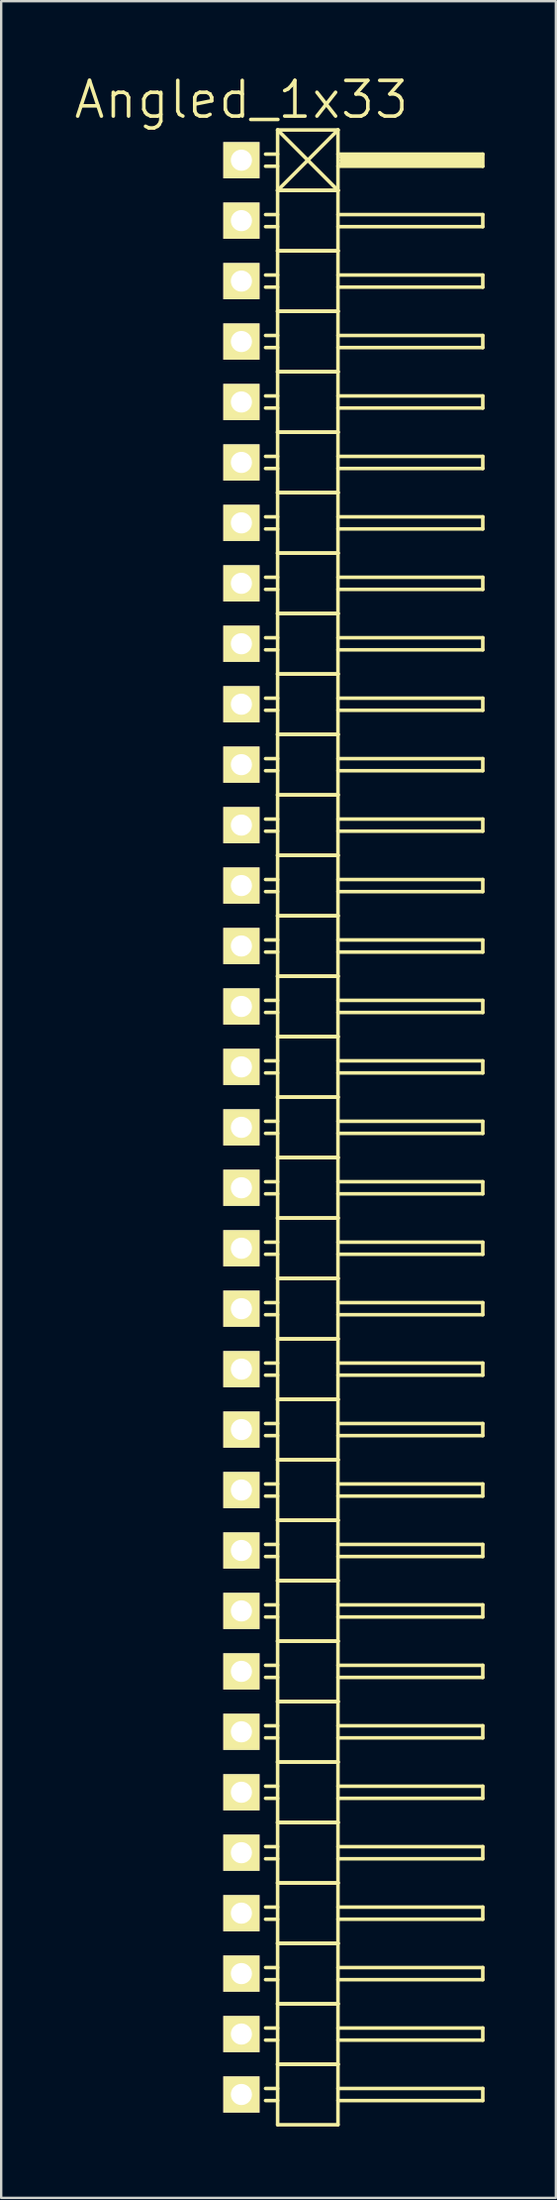
<source format=kicad_pcb>
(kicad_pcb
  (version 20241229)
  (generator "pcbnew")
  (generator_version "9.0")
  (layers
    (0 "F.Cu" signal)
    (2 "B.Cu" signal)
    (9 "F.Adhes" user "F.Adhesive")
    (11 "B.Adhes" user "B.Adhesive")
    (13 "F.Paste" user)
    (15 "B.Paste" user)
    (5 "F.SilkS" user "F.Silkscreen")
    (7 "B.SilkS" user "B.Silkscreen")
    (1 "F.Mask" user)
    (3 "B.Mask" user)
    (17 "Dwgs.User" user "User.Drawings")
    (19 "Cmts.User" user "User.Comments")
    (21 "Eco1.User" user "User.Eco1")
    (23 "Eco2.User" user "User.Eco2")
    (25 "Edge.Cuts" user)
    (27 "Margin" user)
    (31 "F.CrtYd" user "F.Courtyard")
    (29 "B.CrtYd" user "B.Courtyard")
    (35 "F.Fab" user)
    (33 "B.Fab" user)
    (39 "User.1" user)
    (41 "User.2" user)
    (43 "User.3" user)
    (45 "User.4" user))
  (footprint "Angled_1x33"
    (layer "F.Cu")
    (at 7.111 44.321)
    (property "Reference" "Angled_1x33" (at 0 -43.18 0) (layer "F.SilkS") (effects (font (size 1.5 1.5) (thickness 0.15))))
    (attr through_hole)
    (fp_line (start 1.524 -41.91) (end 1.524 -39.37) (stroke (width 0.15) (type solid)) (layer "F.SilkS"))
    (fp_line (start 1.524 -41.91) (end 4.064 -41.91) (stroke (width 0.15) (type solid)) (layer "F.SilkS"))
    (fp_line (start 1.524 -40.894) (end 1.016 -40.894) (stroke (width 0.15) (type solid)) (layer "F.SilkS"))
    (fp_line (start 1.524 -40.386) (end 1.016 -40.386) (stroke (width 0.15) (type solid)) (layer "F.SilkS"))
    (fp_line (start 1.524 -39.37) (end 1.524 -36.83) (stroke (width 0.15) (type solid)) (layer "F.SilkS"))
    (fp_line (start 1.524 -39.37) (end 4.064 -39.37) (stroke (width 0.15) (type solid)) (layer "F.SilkS"))
    (fp_line (start 1.524 -39.37) (end 4.064 -39.37) (stroke (width 0.15) (type solid)) (layer "F.SilkS"))
    (fp_line (start 1.524 -38.354) (end 1.016 -38.354) (stroke (width 0.15) (type solid)) (layer "F.SilkS"))
    (fp_line (start 1.524 -37.846) (end 1.016 -37.846) (stroke (width 0.15) (type solid)) (layer "F.SilkS"))
    (fp_line (start 1.524 -36.83) (end 1.524 -34.29) (stroke (width 0.15) (type solid)) (layer "F.SilkS"))
    (fp_line (start 1.524 -36.83) (end 4.064 -36.83) (stroke (width 0.15) (type solid)) (layer "F.SilkS"))
    (fp_line (start 1.524 -36.83) (end 4.064 -36.83) (stroke (width 0.15) (type solid)) (layer "F.SilkS"))
    (fp_line (start 1.524 -35.814) (end 1.016 -35.814) (stroke (width 0.15) (type solid)) (layer "F.SilkS"))
    (fp_line (start 1.524 -35.306) (end 1.016 -35.306) (stroke (width 0.15) (type solid)) (layer "F.SilkS"))
    (fp_line (start 1.524 -34.29) (end 1.524 -31.75) (stroke (width 0.15) (type solid)) (layer "F.SilkS"))
    (fp_line (start 1.524 -34.29) (end 4.064 -34.29) (stroke (width 0.15) (type solid)) (layer "F.SilkS"))
    (fp_line (start 1.524 -34.29) (end 4.064 -34.29) (stroke (width 0.15) (type solid)) (layer "F.SilkS"))
    (fp_line (start 1.524 -33.274) (end 1.016 -33.274) (stroke (width 0.15) (type solid)) (layer "F.SilkS"))
    (fp_line (start 1.524 -32.766) (end 1.016 -32.766) (stroke (width 0.15) (type solid)) (layer "F.SilkS"))
    (fp_line (start 1.524 -31.75) (end 1.524 -29.21) (stroke (width 0.15) (type solid)) (layer "F.SilkS"))
    (fp_line (start 1.524 -31.75) (end 4.064 -31.75) (stroke (width 0.15) (type solid)) (layer "F.SilkS"))
    (fp_line (start 1.524 -31.75) (end 4.064 -31.75) (stroke (width 0.15) (type solid)) (layer "F.SilkS"))
    (fp_line (start 1.524 -30.734) (end 1.016 -30.734) (stroke (width 0.15) (type solid)) (layer "F.SilkS"))
    (fp_line (start 1.524 -30.226) (end 1.016 -30.226) (stroke (width 0.15) (type solid)) (layer "F.SilkS"))
    (fp_line (start 1.524 -29.21) (end 1.524 -26.67) (stroke (width 0.15) (type solid)) (layer "F.SilkS"))
    (fp_line (start 1.524 -29.21) (end 4.064 -29.21) (stroke (width 0.15) (type solid)) (layer "F.SilkS"))
    (fp_line (start 1.524 -29.21) (end 4.064 -29.21) (stroke (width 0.15) (type solid)) (layer "F.SilkS"))
    (fp_line (start 1.524 -28.194) (end 1.016 -28.194) (stroke (width 0.15) (type solid)) (layer "F.SilkS"))
    (fp_line (start 1.524 -27.686) (end 1.016 -27.686) (stroke (width 0.15) (type solid)) (layer "F.SilkS"))
    (fp_line (start 1.524 -26.67) (end 1.524 -24.13) (stroke (width 0.15) (type solid)) (layer "F.SilkS"))
    (fp_line (start 1.524 -26.67) (end 4.064 -26.67) (stroke (width 0.15) (type solid)) (layer "F.SilkS"))
    (fp_line (start 1.524 -26.67) (end 4.064 -26.67) (stroke (width 0.15) (type solid)) (layer "F.SilkS"))
    (fp_line (start 1.524 -25.654) (end 1.016 -25.654) (stroke (width 0.15) (type solid)) (layer "F.SilkS"))
    (fp_line (start 1.524 -25.146) (end 1.016 -25.146) (stroke (width 0.15) (type solid)) (layer "F.SilkS"))
    (fp_line (start 1.524 -24.13) (end 1.524 -21.59) (stroke (width 0.15) (type solid)) (layer "F.SilkS"))
    (fp_line (start 1.524 -24.13) (end 4.064 -24.13) (stroke (width 0.15) (type solid)) (layer "F.SilkS"))
    (fp_line (start 1.524 -24.13) (end 4.064 -24.13) (stroke (width 0.15) (type solid)) (layer "F.SilkS"))
    (fp_line (start 1.524 -23.114) (end 1.016 -23.114) (stroke (width 0.15) (type solid)) (layer "F.SilkS"))
    (fp_line (start 1.524 -22.606) (end 1.016 -22.606) (stroke (width 0.15) (type solid)) (layer "F.SilkS"))
    (fp_line (start 1.524 -21.59) (end 1.524 -19.05) (stroke (width 0.15) (type solid)) (layer "F.SilkS"))
    (fp_line (start 1.524 -21.59) (end 4.064 -21.59) (stroke (width 0.15) (type solid)) (layer "F.SilkS"))
    (fp_line (start 1.524 -21.59) (end 4.064 -21.59) (stroke (width 0.15) (type solid)) (layer "F.SilkS"))
    (fp_line (start 1.524 -20.574) (end 1.016 -20.574) (stroke (width 0.15) (type solid)) (layer "F.SilkS"))
    (fp_line (start 1.524 -20.066) (end 1.016 -20.066) (stroke (width 0.15) (type solid)) (layer "F.SilkS"))
    (fp_line (start 1.524 -19.05) (end 1.524 -16.51) (stroke (width 0.15) (type solid)) (layer "F.SilkS"))
    (fp_line (start 1.524 -19.05) (end 4.064 -19.05) (stroke (width 0.15) (type solid)) (layer "F.SilkS"))
    (fp_line (start 1.524 -19.05) (end 4.064 -19.05) (stroke (width 0.15) (type solid)) (layer "F.SilkS"))
    (fp_line (start 1.524 -18.034) (end 1.016 -18.034) (stroke (width 0.15) (type solid)) (layer "F.SilkS"))
    (fp_line (start 1.524 -17.526) (end 1.016 -17.526) (stroke (width 0.15) (type solid)) (layer "F.SilkS"))
    (fp_line (start 1.524 -16.51) (end 1.524 -13.97) (stroke (width 0.15) (type solid)) (layer "F.SilkS"))
    (fp_line (start 1.524 -16.51) (end 4.064 -16.51) (stroke (width 0.15) (type solid)) (layer "F.SilkS"))
    (fp_line (start 1.524 -16.51) (end 4.064 -16.51) (stroke (width 0.15) (type solid)) (layer "F.SilkS"))
    (fp_line (start 1.524 -15.494) (end 1.016 -15.494) (stroke (width 0.15) (type solid)) (layer "F.SilkS"))
    (fp_line (start 1.524 -14.986) (end 1.016 -14.986) (stroke (width 0.15) (type solid)) (layer "F.SilkS"))
    (fp_line (start 1.524 -13.97) (end 1.524 -11.43) (stroke (width 0.15) (type solid)) (layer "F.SilkS"))
    (fp_line (start 1.524 -13.97) (end 4.064 -13.97) (stroke (width 0.15) (type solid)) (layer "F.SilkS"))
    (fp_line (start 1.524 -13.97) (end 4.064 -13.97) (stroke (width 0.15) (type solid)) (layer "F.SilkS"))
    (fp_line (start 1.524 -12.954) (end 1.016 -12.954) (stroke (width 0.15) (type solid)) (layer "F.SilkS"))
    (fp_line (start 1.524 -12.446) (end 1.016 -12.446) (stroke (width 0.15) (type solid)) (layer "F.SilkS"))
    (fp_line (start 1.524 -11.43) (end 1.524 -8.89) (stroke (width 0.15) (type solid)) (layer "F.SilkS"))
    (fp_line (start 1.524 -11.43) (end 4.064 -11.43) (stroke (width 0.15) (type solid)) (layer "F.SilkS"))
    (fp_line (start 1.524 -11.43) (end 4.064 -11.43) (stroke (width 0.15) (type solid)) (layer "F.SilkS"))
    (fp_line (start 1.524 -10.414) (end 1.016 -10.414) (stroke (width 0.15) (type solid)) (layer "F.SilkS"))
    (fp_line (start 1.524 -9.906) (end 1.016 -9.906) (stroke (width 0.15) (type solid)) (layer "F.SilkS"))
    (fp_line (start 1.524 -8.89) (end 1.524 -6.35) (stroke (width 0.15) (type solid)) (layer "F.SilkS"))
    (fp_line (start 1.524 -8.89) (end 4.064 -8.89) (stroke (width 0.15) (type solid)) (layer "F.SilkS"))
    (fp_line (start 1.524 -8.89) (end 4.064 -8.89) (stroke (width 0.15) (type solid)) (layer "F.SilkS"))
    (fp_line (start 1.524 -7.874) (end 1.016 -7.874) (stroke (width 0.15) (type solid)) (layer "F.SilkS"))
    (fp_line (start 1.524 -7.366) (end 1.016 -7.366) (stroke (width 0.15) (type solid)) (layer "F.SilkS"))
    (fp_line (start 1.524 -6.35) (end 1.524 -3.81) (stroke (width 0.15) (type solid)) (layer "F.SilkS"))
    (fp_line (start 1.524 -6.35) (end 4.064 -6.35) (stroke (width 0.15) (type solid)) (layer "F.SilkS"))
    (fp_line (start 1.524 -6.35) (end 4.064 -6.35) (stroke (width 0.15) (type solid)) (layer "F.SilkS"))
    (fp_line (start 1.524 -5.334) (end 1.016 -5.334) (stroke (width 0.15) (type solid)) (layer "F.SilkS"))
    (fp_line (start 1.524 -4.826) (end 1.016 -4.826) (stroke (width 0.15) (type solid)) (layer "F.SilkS"))
    (fp_line (start 1.524 -3.81) (end 1.524 -1.27) (stroke (width 0.15) (type solid)) (layer "F.SilkS"))
    (fp_line (start 1.524 -3.81) (end 4.064 -3.81) (stroke (width 0.15) (type solid)) (layer "F.SilkS"))
    (fp_line (start 1.524 -3.81) (end 4.064 -3.81) (stroke (width 0.15) (type solid)) (layer "F.SilkS"))
    (fp_line (start 1.524 -2.794) (end 1.016 -2.794) (stroke (width 0.15) (type solid)) (layer "F.SilkS"))
    (fp_line (start 1.524 -2.286) (end 1.016 -2.286) (stroke (width 0.15) (type solid)) (layer "F.SilkS"))
    (fp_line (start 1.524 -1.27) (end 1.524 1.27) (stroke (width 0.15) (type solid)) (layer "F.SilkS"))
    (fp_line (start 1.524 -1.27) (end 4.064 -1.27) (stroke (width 0.15) (type solid)) (layer "F.SilkS"))
    (fp_line (start 1.524 -1.27) (end 4.064 -1.27) (stroke (width 0.15) (type solid)) (layer "F.SilkS"))
    (fp_line (start 1.524 -0.254) (end 1.016 -0.254) (stroke (width 0.15) (type solid)) (layer "F.SilkS"))
    (fp_line (start 1.524 0.254) (end 1.016 0.254) (stroke (width 0.15) (type solid)) (layer "F.SilkS"))
    (fp_line (start 1.524 1.27) (end 1.524 3.81) (stroke (width 0.15) (type solid)) (layer "F.SilkS"))
    (fp_line (start 1.524 1.27) (end 4.064 1.27) (stroke (width 0.15) (type solid)) (layer "F.SilkS"))
    (fp_line (start 1.524 1.27) (end 4.064 1.27) (stroke (width 0.15) (type solid)) (layer "F.SilkS"))
    (fp_line (start 1.524 2.286) (end 1.016 2.286) (stroke (width 0.15) (type solid)) (layer "F.SilkS"))
    (fp_line (start 1.524 2.794) (end 1.016 2.794) (stroke (width 0.15) (type solid)) (layer "F.SilkS"))
    (fp_line (start 1.524 3.81) (end 1.524 6.35) (stroke (width 0.15) (type solid)) (layer "F.SilkS"))
    (fp_line (start 1.524 3.81) (end 4.064 3.81) (stroke (width 0.15) (type solid)) (layer "F.SilkS"))
    (fp_line (start 1.524 3.81) (end 4.064 3.81) (stroke (width 0.15) (type solid)) (layer "F.SilkS"))
    (fp_line (start 1.524 4.826) (end 1.016 4.826) (stroke (width 0.15) (type solid)) (layer "F.SilkS"))
    (fp_line (start 1.524 5.334) (end 1.016 5.334) (stroke (width 0.15) (type solid)) (layer "F.SilkS"))
    (fp_line (start 1.524 6.35) (end 1.524 8.89) (stroke (width 0.15) (type solid)) (layer "F.SilkS"))
    (fp_line (start 1.524 6.35) (end 4.064 6.35) (stroke (width 0.15) (type solid)) (layer "F.SilkS"))
    (fp_line (start 1.524 6.35) (end 4.064 6.35) (stroke (width 0.15) (type solid)) (layer "F.SilkS"))
    (fp_line (start 1.524 7.366) (end 1.016 7.366) (stroke (width 0.15) (type solid)) (layer "F.SilkS"))
    (fp_line (start 1.524 7.874) (end 1.016 7.874) (stroke (width 0.15) (type solid)) (layer "F.SilkS"))
    (fp_line (start 1.524 8.89) (end 1.524 11.43) (stroke (width 0.15) (type solid)) (layer "F.SilkS"))
    (fp_line (start 1.524 8.89) (end 4.064 8.89) (stroke (width 0.15) (type solid)) (layer "F.SilkS"))
    (fp_line (start 1.524 8.89) (end 4.064 8.89) (stroke (width 0.15) (type solid)) (layer "F.SilkS"))
    (fp_line (start 1.524 9.906) (end 1.016 9.906) (stroke (width 0.15) (type solid)) (layer "F.SilkS"))
    (fp_line (start 1.524 10.414) (end 1.016 10.414) (stroke (width 0.15) (type solid)) (layer "F.SilkS"))
    (fp_line (start 1.524 11.43) (end 1.524 13.97) (stroke (width 0.15) (type solid)) (layer "F.SilkS"))
    (fp_line (start 1.524 11.43) (end 4.064 11.43) (stroke (width 0.15) (type solid)) (layer "F.SilkS"))
    (fp_line (start 1.524 11.43) (end 4.064 11.43) (stroke (width 0.15) (type solid)) (layer "F.SilkS"))
    (fp_line (start 1.524 12.446) (end 1.016 12.446) (stroke (width 0.15) (type solid)) (layer "F.SilkS"))
    (fp_line (start 1.524 12.954) (end 1.016 12.954) (stroke (width 0.15) (type solid)) (layer "F.SilkS"))
    (fp_line (start 1.524 13.97) (end 1.524 16.51) (stroke (width 0.15) (type solid)) (layer "F.SilkS"))
    (fp_line (start 1.524 13.97) (end 4.064 13.97) (stroke (width 0.15) (type solid)) (layer "F.SilkS"))
    (fp_line (start 1.524 13.97) (end 4.064 13.97) (stroke (width 0.15) (type solid)) (layer "F.SilkS"))
    (fp_line (start 1.524 14.986) (end 1.016 14.986) (stroke (width 0.15) (type solid)) (layer "F.SilkS"))
    (fp_line (start 1.524 15.494) (end 1.016 15.494) (stroke (width 0.15) (type solid)) (layer "F.SilkS"))
    (fp_line (start 1.524 16.51) (end 1.524 19.05) (stroke (width 0.15) (type solid)) (layer "F.SilkS"))
    (fp_line (start 1.524 16.51) (end 4.064 16.51) (stroke (width 0.15) (type solid)) (layer "F.SilkS"))
    (fp_line (start 1.524 16.51) (end 4.064 16.51) (stroke (width 0.15) (type solid)) (layer "F.SilkS"))
    (fp_line (start 1.524 17.526) (end 1.016 17.526) (stroke (width 0.15) (type solid)) (layer "F.SilkS"))
    (fp_line (start 1.524 18.034) (end 1.016 18.034) (stroke (width 0.15) (type solid)) (layer "F.SilkS"))
    (fp_line (start 1.524 19.05) (end 1.524 21.59) (stroke (width 0.15) (type solid)) (layer "F.SilkS"))
    (fp_line (start 1.524 19.05) (end 4.064 19.05) (stroke (width 0.15) (type solid)) (layer "F.SilkS"))
    (fp_line (start 1.524 19.05) (end 4.064 19.05) (stroke (width 0.15) (type solid)) (layer "F.SilkS"))
    (fp_line (start 1.524 20.066) (end 1.016 20.066) (stroke (width 0.15) (type solid)) (layer "F.SilkS"))
    (fp_line (start 1.524 20.574) (end 1.016 20.574) (stroke (width 0.15) (type solid)) (layer "F.SilkS"))
    (fp_line (start 1.524 21.59) (end 1.524 24.13) (stroke (width 0.15) (type solid)) (layer "F.SilkS"))
    (fp_line (start 1.524 21.59) (end 4.064 21.59) (stroke (width 0.15) (type solid)) (layer "F.SilkS"))
    (fp_line (start 1.524 21.59) (end 4.064 21.59) (stroke (width 0.15) (type solid)) (layer "F.SilkS"))
    (fp_line (start 1.524 22.606) (end 1.016 22.606) (stroke (width 0.15) (type solid)) (layer "F.SilkS"))
    (fp_line (start 1.524 23.114) (end 1.016 23.114) (stroke (width 0.15) (type solid)) (layer "F.SilkS"))
    (fp_line (start 1.524 24.13) (end 1.524 26.67) (stroke (width 0.15) (type solid)) (layer "F.SilkS"))
    (fp_line (start 1.524 24.13) (end 4.064 24.13) (stroke (width 0.15) (type solid)) (layer "F.SilkS"))
    (fp_line (start 1.524 24.13) (end 4.064 24.13) (stroke (width 0.15) (type solid)) (layer "F.SilkS"))
    (fp_line (start 1.524 25.146) (end 1.016 25.146) (stroke (width 0.15) (type solid)) (layer "F.SilkS"))
    (fp_line (start 1.524 25.654) (end 1.016 25.654) (stroke (width 0.15) (type solid)) (layer "F.SilkS"))
    (fp_line (start 1.524 26.67) (end 1.524 29.21) (stroke (width 0.15) (type solid)) (layer "F.SilkS"))
    (fp_line (start 1.524 26.67) (end 4.064 26.67) (stroke (width 0.15) (type solid)) (layer "F.SilkS"))
    (fp_line (start 1.524 26.67) (end 4.064 26.67) (stroke (width 0.15) (type solid)) (layer "F.SilkS"))
    (fp_line (start 1.524 27.686) (end 1.016 27.686) (stroke (width 0.15) (type solid)) (layer "F.SilkS"))
    (fp_line (start 1.524 28.194) (end 1.016 28.194) (stroke (width 0.15) (type solid)) (layer "F.SilkS"))
    (fp_line (start 1.524 29.21) (end 1.524 31.75) (stroke (width 0.15) (type solid)) (layer "F.SilkS"))
    (fp_line (start 1.524 29.21) (end 4.064 29.21) (stroke (width 0.15) (type solid)) (layer "F.SilkS"))
    (fp_line (start 1.524 29.21) (end 4.064 29.21) (stroke (width 0.15) (type solid)) (layer "F.SilkS"))
    (fp_line (start 1.524 30.226) (end 1.016 30.226) (stroke (width 0.15) (type solid)) (layer "F.SilkS"))
    (fp_line (start 1.524 30.734) (end 1.016 30.734) (stroke (width 0.15) (type solid)) (layer "F.SilkS"))
    (fp_line (start 1.524 31.75) (end 1.524 34.29) (stroke (width 0.15) (type solid)) (layer "F.SilkS"))
    (fp_line (start 1.524 31.75) (end 4.064 31.75) (stroke (width 0.15) (type solid)) (layer "F.SilkS"))
    (fp_line (start 1.524 31.75) (end 4.064 31.75) (stroke (width 0.15) (type solid)) (layer "F.SilkS"))
    (fp_line (start 1.524 32.766) (end 1.016 32.766) (stroke (width 0.15) (type solid)) (layer "F.SilkS"))
    (fp_line (start 1.524 33.274) (end 1.016 33.274) (stroke (width 0.15) (type solid)) (layer "F.SilkS"))
    (fp_line (start 1.524 34.29) (end 1.524 36.83) (stroke (width 0.15) (type solid)) (layer "F.SilkS"))
    (fp_line (start 1.524 34.29) (end 4.064 34.29) (stroke (width 0.15) (type solid)) (layer "F.SilkS"))
    (fp_line (start 1.524 34.29) (end 4.064 34.29) (stroke (width 0.15) (type solid)) (layer "F.SilkS"))
    (fp_line (start 1.524 35.306) (end 1.016 35.306) (stroke (width 0.15) (type solid)) (layer "F.SilkS"))
    (fp_line (start 1.524 35.814) (end 1.016 35.814) (stroke (width 0.15) (type solid)) (layer "F.SilkS"))
    (fp_line (start 1.524 36.83) (end 1.524 39.37) (stroke (width 0.15) (type solid)) (layer "F.SilkS"))
    (fp_line (start 1.524 36.83) (end 4.064 36.83) (stroke (width 0.15) (type solid)) (layer "F.SilkS"))
    (fp_line (start 1.524 36.83) (end 4.064 36.83) (stroke (width 0.15) (type solid)) (layer "F.SilkS"))
    (fp_line (start 1.524 37.846) (end 1.016 37.846) (stroke (width 0.15) (type solid)) (layer "F.SilkS"))
    (fp_line (start 1.524 38.354) (end 1.016 38.354) (stroke (width 0.15) (type solid)) (layer "F.SilkS"))
    (fp_line (start 1.524 39.37) (end 1.524 41.91) (stroke (width 0.15) (type solid)) (layer "F.SilkS"))
    (fp_line (start 1.524 39.37) (end 4.064 39.37) (stroke (width 0.15) (type solid)) (layer "F.SilkS"))
    (fp_line (start 1.524 39.37) (end 4.064 39.37) (stroke (width 0.15) (type solid)) (layer "F.SilkS"))
    (fp_line (start 1.524 40.386) (end 1.016 40.386) (stroke (width 0.15) (type solid)) (layer "F.SilkS"))
    (fp_line (start 1.524 40.894) (end 1.016 40.894) (stroke (width 0.15) (type solid)) (layer "F.SilkS"))
    (fp_line (start 1.524 41.91) (end 4.064 41.91) (stroke (width 0.15) (type solid)) (layer "F.SilkS"))
    (fp_line (start 4.064 -41.91) (end 1.524 -39.37) (stroke (width 0.15) (type solid)) (layer "F.SilkS"))
    (fp_line (start 4.064 -40.894) (end 10.16 -40.894) (stroke (width 0.15) (type solid)) (layer "F.SilkS"))
    (fp_line (start 4.064 -39.37) (end 1.524 -41.91) (stroke (width 0.15) (type solid)) (layer "F.SilkS"))
    (fp_line (start 4.064 -39.37) (end 4.064 -41.91) (stroke (width 0.15) (type solid)) (layer "F.SilkS"))
    (fp_line (start 4.064 -38.354) (end 10.16 -38.354) (stroke (width 0.15) (type solid)) (layer "F.SilkS"))
    (fp_line (start 4.064 -36.83) (end 4.064 -39.37) (stroke (width 0.15) (type solid)) (layer "F.SilkS"))
    (fp_line (start 4.064 -35.814) (end 10.16 -35.814) (stroke (width 0.15) (type solid)) (layer "F.SilkS"))
    (fp_line (start 4.064 -34.29) (end 4.064 -36.83) (stroke (width 0.15) (type solid)) (layer "F.SilkS"))
    (fp_line (start 4.064 -33.274) (end 10.16 -33.274) (stroke (width 0.15) (type solid)) (layer "F.SilkS"))
    (fp_line (start 4.064 -31.75) (end 4.064 -34.29) (stroke (width 0.15) (type solid)) (layer "F.SilkS"))
    (fp_line (start 4.064 -30.734) (end 10.16 -30.734) (stroke (width 0.15) (type solid)) (layer "F.SilkS"))
    (fp_line (start 4.064 -29.21) (end 4.064 -31.75) (stroke (width 0.15) (type solid)) (layer "F.SilkS"))
    (fp_line (start 4.064 -28.194) (end 10.16 -28.194) (stroke (width 0.15) (type solid)) (layer "F.SilkS"))
    (fp_line (start 4.064 -26.67) (end 4.064 -29.21) (stroke (width 0.15) (type solid)) (layer "F.SilkS"))
    (fp_line (start 4.064 -25.654) (end 10.16 -25.654) (stroke (width 0.15) (type solid)) (layer "F.SilkS"))
    (fp_line (start 4.064 -24.13) (end 4.064 -26.67) (stroke (width 0.15) (type solid)) (layer "F.SilkS"))
    (fp_line (start 4.064 -23.114) (end 10.16 -23.114) (stroke (width 0.15) (type solid)) (layer "F.SilkS"))
    (fp_line (start 4.064 -21.59) (end 4.064 -24.13) (stroke (width 0.15) (type solid)) (layer "F.SilkS"))
    (fp_line (start 4.064 -20.574) (end 10.16 -20.574) (stroke (width 0.15) (type solid)) (layer "F.SilkS"))
    (fp_line (start 4.064 -19.05) (end 4.064 -21.59) (stroke (width 0.15) (type solid)) (layer "F.SilkS"))
    (fp_line (start 4.064 -18.034) (end 10.16 -18.034) (stroke (width 0.15) (type solid)) (layer "F.SilkS"))
    (fp_line (start 4.064 -16.51) (end 4.064 -19.05) (stroke (width 0.15) (type solid)) (layer "F.SilkS"))
    (fp_line (start 4.064 -15.494) (end 10.16 -15.494) (stroke (width 0.15) (type solid)) (layer "F.SilkS"))
    (fp_line (start 4.064 -13.97) (end 4.064 -16.51) (stroke (width 0.15) (type solid)) (layer "F.SilkS"))
    (fp_line (start 4.064 -12.954) (end 10.16 -12.954) (stroke (width 0.15) (type solid)) (layer "F.SilkS"))
    (fp_line (start 4.064 -11.43) (end 4.064 -13.97) (stroke (width 0.15) (type solid)) (layer "F.SilkS"))
    (fp_line (start 4.064 -10.414) (end 10.16 -10.414) (stroke (width 0.15) (type solid)) (layer "F.SilkS"))
    (fp_line (start 4.064 -8.89) (end 4.064 -11.43) (stroke (width 0.15) (type solid)) (layer "F.SilkS"))
    (fp_line (start 4.064 -7.874) (end 10.16 -7.874) (stroke (width 0.15) (type solid)) (layer "F.SilkS"))
    (fp_line (start 4.064 -6.35) (end 4.064 -8.89) (stroke (width 0.15) (type solid)) (layer "F.SilkS"))
    (fp_line (start 4.064 -5.334) (end 10.16 -5.334) (stroke (width 0.15) (type solid)) (layer "F.SilkS"))
    (fp_line (start 4.064 -3.81) (end 4.064 -6.35) (stroke (width 0.15) (type solid)) (layer "F.SilkS"))
    (fp_line (start 4.064 -2.794) (end 10.16 -2.794) (stroke (width 0.15) (type solid)) (layer "F.SilkS"))
    (fp_line (start 4.064 -1.27) (end 4.064 -3.81) (stroke (width 0.15) (type solid)) (layer "F.SilkS"))
    (fp_line (start 4.064 -0.254) (end 10.16 -0.254) (stroke (width 0.15) (type solid)) (layer "F.SilkS"))
    (fp_line (start 4.064 1.27) (end 4.064 -1.27) (stroke (width 0.15) (type solid)) (layer "F.SilkS"))
    (fp_line (start 4.064 2.286) (end 10.16 2.286) (stroke (width 0.15) (type solid)) (layer "F.SilkS"))
    (fp_line (start 4.064 3.81) (end 4.064 1.27) (stroke (width 0.15) (type solid)) (layer "F.SilkS"))
    (fp_line (start 4.064 4.826) (end 10.16 4.826) (stroke (width 0.15) (type solid)) (layer "F.SilkS"))
    (fp_line (start 4.064 6.35) (end 4.064 3.81) (stroke (width 0.15) (type solid)) (layer "F.SilkS"))
    (fp_line (start 4.064 7.366) (end 10.16 7.366) (stroke (width 0.15) (type solid)) (layer "F.SilkS"))
    (fp_line (start 4.064 8.89) (end 4.064 6.35) (stroke (width 0.15) (type solid)) (layer "F.SilkS"))
    (fp_line (start 4.064 9.906) (end 10.16 9.906) (stroke (width 0.15) (type solid)) (layer "F.SilkS"))
    (fp_line (start 4.064 11.43) (end 4.064 8.89) (stroke (width 0.15) (type solid)) (layer "F.SilkS"))
    (fp_line (start 4.064 12.446) (end 10.16 12.446) (stroke (width 0.15) (type solid)) (layer "F.SilkS"))
    (fp_line (start 4.064 13.97) (end 4.064 11.43) (stroke (width 0.15) (type solid)) (layer "F.SilkS"))
    (fp_line (start 4.064 14.986) (end 10.16 14.986) (stroke (width 0.15) (type solid)) (layer "F.SilkS"))
    (fp_line (start 4.064 16.51) (end 4.064 13.97) (stroke (width 0.15) (type solid)) (layer "F.SilkS"))
    (fp_line (start 4.064 17.526) (end 10.16 17.526) (stroke (width 0.15) (type solid)) (layer "F.SilkS"))
    (fp_line (start 4.064 19.05) (end 4.064 16.51) (stroke (width 0.15) (type solid)) (layer "F.SilkS"))
    (fp_line (start 4.064 20.066) (end 10.16 20.066) (stroke (width 0.15) (type solid)) (layer "F.SilkS"))
    (fp_line (start 4.064 21.59) (end 4.064 19.05) (stroke (width 0.15) (type solid)) (layer "F.SilkS"))
    (fp_line (start 4.064 22.606) (end 10.16 22.606) (stroke (width 0.15) (type solid)) (layer "F.SilkS"))
    (fp_line (start 4.064 24.13) (end 4.064 21.59) (stroke (width 0.15) (type solid)) (layer "F.SilkS"))
    (fp_line (start 4.064 25.146) (end 10.16 25.146) (stroke (width 0.15) (type solid)) (layer "F.SilkS"))
    (fp_line (start 4.064 26.67) (end 4.064 24.13) (stroke (width 0.15) (type solid)) (layer "F.SilkS"))
    (fp_line (start 4.064 27.686) (end 10.16 27.686) (stroke (width 0.15) (type solid)) (layer "F.SilkS"))
    (fp_line (start 4.064 29.21) (end 4.064 26.67) (stroke (width 0.15) (type solid)) (layer "F.SilkS"))
    (fp_line (start 4.064 30.226) (end 10.16 30.226) (stroke (width 0.15) (type solid)) (layer "F.SilkS"))
    (fp_line (start 4.064 31.75) (end 4.064 29.21) (stroke (width 0.15) (type solid)) (layer "F.SilkS"))
    (fp_line (start 4.064 32.766) (end 10.16 32.766) (stroke (width 0.15) (type solid)) (layer "F.SilkS"))
    (fp_line (start 4.064 34.29) (end 4.064 31.75) (stroke (width 0.15) (type solid)) (layer "F.SilkS"))
    (fp_line (start 4.064 35.306) (end 10.16 35.306) (stroke (width 0.15) (type solid)) (layer "F.SilkS"))
    (fp_line (start 4.064 36.83) (end 4.064 34.29) (stroke (width 0.15) (type solid)) (layer "F.SilkS"))
    (fp_line (start 4.064 37.846) (end 10.16 37.846) (stroke (width 0.15) (type solid)) (layer "F.SilkS"))
    (fp_line (start 4.064 39.37) (end 4.064 36.83) (stroke (width 0.15) (type solid)) (layer "F.SilkS"))
    (fp_line (start 4.064 40.386) (end 10.16 40.386) (stroke (width 0.15) (type solid)) (layer "F.SilkS"))
    (fp_line (start 4.064 41.91) (end 4.064 39.37) (stroke (width 0.15) (type solid)) (layer "F.SilkS"))
    (fp_line (start 4.191 -40.767) (end 10.033 -40.767) (stroke (width 0.15) (type solid)) (layer "F.SilkS"))
    (fp_line (start 4.191 -40.64) (end 10.033 -40.64) (stroke (width 0.15) (type solid)) (layer "F.SilkS"))
    (fp_line (start 10.033 -40.767) (end 10.033 -40.513) (stroke (width 0.15) (type solid)) (layer "F.SilkS"))
    (fp_line (start 10.033 -40.513) (end 4.191 -40.513) (stroke (width 0.15) (type solid)) (layer "F.SilkS"))
    (fp_line (start 10.16 -40.894) (end 10.16 -40.386) (stroke (width 0.15) (type solid)) (layer "F.SilkS"))
    (fp_line (start 10.16 -40.386) (end 4.064 -40.386) (stroke (width 0.15) (type solid)) (layer "F.SilkS"))
    (fp_line (start 10.16 -38.354) (end 10.16 -37.846) (stroke (width 0.15) (type solid)) (layer "F.SilkS"))
    (fp_line (start 10.16 -37.846) (end 4.064 -37.846) (stroke (width 0.15) (type solid)) (layer "F.SilkS"))
    (fp_line (start 10.16 -35.814) (end 10.16 -35.306) (stroke (width 0.15) (type solid)) (layer "F.SilkS"))
    (fp_line (start 10.16 -35.306) (end 4.064 -35.306) (stroke (width 0.15) (type solid)) (layer "F.SilkS"))
    (fp_line (start 10.16 -33.274) (end 10.16 -32.766) (stroke (width 0.15) (type solid)) (layer "F.SilkS"))
    (fp_line (start 10.16 -32.766) (end 4.064 -32.766) (stroke (width 0.15) (type solid)) (layer "F.SilkS"))
    (fp_line (start 10.16 -30.734) (end 10.16 -30.226) (stroke (width 0.15) (type solid)) (layer "F.SilkS"))
    (fp_line (start 10.16 -30.226) (end 4.064 -30.226) (stroke (width 0.15) (type solid)) (layer "F.SilkS"))
    (fp_line (start 10.16 -28.194) (end 10.16 -27.686) (stroke (width 0.15) (type solid)) (layer "F.SilkS"))
    (fp_line (start 10.16 -27.686) (end 4.064 -27.686) (stroke (width 0.15) (type solid)) (layer "F.SilkS"))
    (fp_line (start 10.16 -25.654) (end 10.16 -25.146) (stroke (width 0.15) (type solid)) (layer "F.SilkS"))
    (fp_line (start 10.16 -25.146) (end 4.064 -25.146) (stroke (width 0.15) (type solid)) (layer "F.SilkS"))
    (fp_line (start 10.16 -23.114) (end 10.16 -22.606) (stroke (width 0.15) (type solid)) (layer "F.SilkS"))
    (fp_line (start 10.16 -22.606) (end 4.064 -22.606) (stroke (width 0.15) (type solid)) (layer "F.SilkS"))
    (fp_line (start 10.16 -20.574) (end 10.16 -20.066) (stroke (width 0.15) (type solid)) (layer "F.SilkS"))
    (fp_line (start 10.16 -20.066) (end 4.064 -20.066) (stroke (width 0.15) (type solid)) (layer "F.SilkS"))
    (fp_line (start 10.16 -18.034) (end 10.16 -17.526) (stroke (width 0.15) (type solid)) (layer "F.SilkS"))
    (fp_line (start 10.16 -17.526) (end 4.064 -17.526) (stroke (width 0.15) (type solid)) (layer "F.SilkS"))
    (fp_line (start 10.16 -15.494) (end 10.16 -14.986) (stroke (width 0.15) (type solid)) (layer "F.SilkS"))
    (fp_line (start 10.16 -14.986) (end 4.064 -14.986) (stroke (width 0.15) (type solid)) (layer "F.SilkS"))
    (fp_line (start 10.16 -12.954) (end 10.16 -12.446) (stroke (width 0.15) (type solid)) (layer "F.SilkS"))
    (fp_line (start 10.16 -12.446) (end 4.064 -12.446) (stroke (width 0.15) (type solid)) (layer "F.SilkS"))
    (fp_line (start 10.16 -10.414) (end 10.16 -9.906) (stroke (width 0.15) (type solid)) (layer "F.SilkS"))
    (fp_line (start 10.16 -9.906) (end 4.064 -9.906) (stroke (width 0.15) (type solid)) (layer "F.SilkS"))
    (fp_line (start 10.16 -7.874) (end 10.16 -7.366) (stroke (width 0.15) (type solid)) (layer "F.SilkS"))
    (fp_line (start 10.16 -7.366) (end 4.064 -7.366) (stroke (width 0.15) (type solid)) (layer "F.SilkS"))
    (fp_line (start 10.16 -5.334) (end 10.16 -4.826) (stroke (width 0.15) (type solid)) (layer "F.SilkS"))
    (fp_line (start 10.16 -4.826) (end 4.064 -4.826) (stroke (width 0.15) (type solid)) (layer "F.SilkS"))
    (fp_line (start 10.16 -2.794) (end 10.16 -2.286) (stroke (width 0.15) (type solid)) (layer "F.SilkS"))
    (fp_line (start 10.16 -2.286) (end 4.064 -2.286) (stroke (width 0.15) (type solid)) (layer "F.SilkS"))
    (fp_line (start 10.16 -0.254) (end 10.16 0.254) (stroke (width 0.15) (type solid)) (layer "F.SilkS"))
    (fp_line (start 10.16 0.254) (end 4.064 0.254) (stroke (width 0.15) (type solid)) (layer "F.SilkS"))
    (fp_line (start 10.16 2.286) (end 10.16 2.794) (stroke (width 0.15) (type solid)) (layer "F.SilkS"))
    (fp_line (start 10.16 2.794) (end 4.064 2.794) (stroke (width 0.15) (type solid)) (layer "F.SilkS"))
    (fp_line (start 10.16 4.826) (end 10.16 5.334) (stroke (width 0.15) (type solid)) (layer "F.SilkS"))
    (fp_line (start 10.16 5.334) (end 4.064 5.334) (stroke (width 0.15) (type solid)) (layer "F.SilkS"))
    (fp_line (start 10.16 7.366) (end 10.16 7.874) (stroke (width 0.15) (type solid)) (layer "F.SilkS"))
    (fp_line (start 10.16 7.874) (end 4.064 7.874) (stroke (width 0.15) (type solid)) (layer "F.SilkS"))
    (fp_line (start 10.16 9.906) (end 10.16 10.414) (stroke (width 0.15) (type solid)) (layer "F.SilkS"))
    (fp_line (start 10.16 10.414) (end 4.064 10.414) (stroke (width 0.15) (type solid)) (layer "F.SilkS"))
    (fp_line (start 10.16 12.446) (end 10.16 12.954) (stroke (width 0.15) (type solid)) (layer "F.SilkS"))
    (fp_line (start 10.16 12.954) (end 4.064 12.954) (stroke (width 0.15) (type solid)) (layer "F.SilkS"))
    (fp_line (start 10.16 14.986) (end 10.16 15.494) (stroke (width 0.15) (type solid)) (layer "F.SilkS"))
    (fp_line (start 10.16 15.494) (end 4.064 15.494) (stroke (width 0.15) (type solid)) (layer "F.SilkS"))
    (fp_line (start 10.16 17.526) (end 10.16 18.034) (stroke (width 0.15) (type solid)) (layer "F.SilkS"))
    (fp_line (start 10.16 18.034) (end 4.064 18.034) (stroke (width 0.15) (type solid)) (layer "F.SilkS"))
    (fp_line (start 10.16 20.066) (end 10.16 20.574) (stroke (width 0.15) (type solid)) (layer "F.SilkS"))
    (fp_line (start 10.16 20.574) (end 4.064 20.574) (stroke (width 0.15) (type solid)) (layer "F.SilkS"))
    (fp_line (start 10.16 22.606) (end 10.16 23.114) (stroke (width 0.15) (type solid)) (layer "F.SilkS"))
    (fp_line (start 10.16 23.114) (end 4.064 23.114) (stroke (width 0.15) (type solid)) (layer "F.SilkS"))
    (fp_line (start 10.16 25.146) (end 10.16 25.654) (stroke (width 0.15) (type solid)) (layer "F.SilkS"))
    (fp_line (start 10.16 25.654) (end 4.064 25.654) (stroke (width 0.15) (type solid)) (layer "F.SilkS"))
    (fp_line (start 10.16 27.686) (end 10.16 28.194) (stroke (width 0.15) (type solid)) (layer "F.SilkS"))
    (fp_line (start 10.16 28.194) (end 4.064 28.194) (stroke (width 0.15) (type solid)) (layer "F.SilkS"))
    (fp_line (start 10.16 30.226) (end 10.16 30.734) (stroke (width 0.15) (type solid)) (layer "F.SilkS"))
    (fp_line (start 10.16 30.734) (end 4.064 30.734) (stroke (width 0.15) (type solid)) (layer "F.SilkS"))
    (fp_line (start 10.16 32.766) (end 10.16 33.274) (stroke (width 0.15) (type solid)) (layer "F.SilkS"))
    (fp_line (start 10.16 33.274) (end 4.064 33.274) (stroke (width 0.15) (type solid)) (layer "F.SilkS"))
    (fp_line (start 10.16 35.306) (end 10.16 35.814) (stroke (width 0.15) (type solid)) (layer "F.SilkS"))
    (fp_line (start 10.16 35.814) (end 4.064 35.814) (stroke (width 0.15) (type solid)) (layer "F.SilkS"))
    (fp_line (start 10.16 37.846) (end 10.16 38.354) (stroke (width 0.15) (type solid)) (layer "F.SilkS"))
    (fp_line (start 10.16 38.354) (end 4.064 38.354) (stroke (width 0.15) (type solid)) (layer "F.SilkS"))
    (fp_line (start 10.16 40.386) (end 10.16 40.894) (stroke (width 0.15) (type solid)) (layer "F.SilkS"))
    (fp_line (start 10.16 40.894) (end 4.064 40.894) (stroke (width 0.15) (type solid)) (layer "F.SilkS"))
    (pad "1" thru_hole rect (at 0 -40.64) (size 1.524 1.524) (drill 0.889) (layers "*.Cu" "*.Mask" "F.SilkS"))
    (pad "2" thru_hole rect (at 0 -38.1) (size 1.524 1.524) (drill 0.889) (layers "*.Cu" "*.Mask" "F.SilkS"))
    (pad "3" thru_hole rect (at 0 -35.56) (size 1.524 1.524) (drill 0.889) (layers "*.Cu" "*.Mask" "F.SilkS"))
    (pad "4" thru_hole rect (at 0 -33.02) (size 1.524 1.524) (drill 0.889) (layers "*.Cu" "*.Mask" "F.SilkS"))
    (pad "5" thru_hole rect (at 0 -30.48) (size 1.524 1.524) (drill 0.889) (layers "*.Cu" "*.Mask" "F.SilkS"))
    (pad "6" thru_hole rect (at 0 -27.94) (size 1.524 1.524) (drill 0.889) (layers "*.Cu" "*.Mask" "F.SilkS"))
    (pad "7" thru_hole rect (at 0 -25.4) (size 1.524 1.524) (drill 0.889) (layers "*.Cu" "*.Mask" "F.SilkS"))
    (pad "8" thru_hole rect (at 0 -22.86) (size 1.524 1.524) (drill 0.889) (layers "*.Cu" "*.Mask" "F.SilkS"))
    (pad "9" thru_hole rect (at 0 -20.32) (size 1.524 1.524) (drill 0.889) (layers "*.Cu" "*.Mask" "F.SilkS"))
    (pad "10" thru_hole rect (at 0 -17.78) (size 1.524 1.524) (drill 0.889) (layers "*.Cu" "*.Mask" "F.SilkS"))
    (pad "11" thru_hole rect (at 0 -15.24) (size 1.524 1.524) (drill 0.889) (layers "*.Cu" "*.Mask" "F.SilkS"))
    (pad "12" thru_hole rect (at 0 -12.7) (size 1.524 1.524) (drill 0.889) (layers "*.Cu" "*.Mask" "F.SilkS"))
    (pad "13" thru_hole rect (at 0 -10.16) (size 1.524 1.524) (drill 0.889) (layers "*.Cu" "*.Mask" "F.SilkS"))
    (pad "14" thru_hole rect (at 0 -7.62) (size 1.524 1.524) (drill 0.889) (layers "*.Cu" "*.Mask" "F.SilkS"))
    (pad "15" thru_hole rect (at 0 -5.08) (size 1.524 1.524) (drill 0.889) (layers "*.Cu" "*.Mask" "F.SilkS"))
    (pad "16" thru_hole rect (at 0 -2.54) (size 1.524 1.524) (drill 0.889) (layers "*.Cu" "*.Mask" "F.SilkS"))
    (pad "17" thru_hole rect (at 0 0) (size 1.524 1.524) (drill 0.889) (layers "*.Cu" "*.Mask" "F.SilkS"))
    (pad "18" thru_hole rect (at 0 2.54) (size 1.524 1.524) (drill 0.889) (layers "*.Cu" "*.Mask" "F.SilkS"))
    (pad "19" thru_hole rect (at 0 5.08) (size 1.524 1.524) (drill 0.889) (layers "*.Cu" "*.Mask" "F.SilkS"))
    (pad "20" thru_hole rect (at 0 7.62) (size 1.524 1.524) (drill 0.889) (layers "*.Cu" "*.Mask" "F.SilkS"))
    (pad "21" thru_hole rect (at 0 10.16) (size 1.524 1.524) (drill 0.889) (layers "*.Cu" "*.Mask" "F.SilkS"))
    (pad "22" thru_hole rect (at 0 12.7) (size 1.524 1.524) (drill 0.889) (layers "*.Cu" "*.Mask" "F.SilkS"))
    (pad "23" thru_hole rect (at 0 15.24) (size 1.524 1.524) (drill 0.889) (layers "*.Cu" "*.Mask" "F.SilkS"))
    (pad "24" thru_hole rect (at 0 17.78) (size 1.524 1.524) (drill 0.889) (layers "*.Cu" "*.Mask" "F.SilkS"))
    (pad "25" thru_hole rect (at 0 20.32) (size 1.524 1.524) (drill 0.889) (layers "*.Cu" "*.Mask" "F.SilkS"))
    (pad "26" thru_hole rect (at 0 22.86) (size 1.524 1.524) (drill 0.889) (layers "*.Cu" "*.Mask" "F.SilkS"))
    (pad "27" thru_hole rect (at 0 25.4) (size 1.524 1.524) (drill 0.889) (layers "*.Cu" "*.Mask" "F.SilkS"))
    (pad "28" thru_hole rect (at 0 27.94) (size 1.524 1.524) (drill 0.889) (layers "*.Cu" "*.Mask" "F.SilkS"))
    (pad "29" thru_hole rect (at 0 30.48) (size 1.524 1.524) (drill 0.889) (layers "*.Cu" "*.Mask" "F.SilkS"))
    (pad "30" thru_hole rect (at 0 33.02) (size 1.524 1.524) (drill 0.889) (layers "*.Cu" "*.Mask" "F.SilkS"))
    (pad "31" thru_hole rect (at 0 35.56) (size 1.524 1.524) (drill 0.889) (layers "*.Cu" "*.Mask" "F.SilkS"))
    (pad "32" thru_hole rect (at 0 38.1) (size 1.524 1.524) (drill 0.889) (layers "*.Cu" "*.Mask" "F.SilkS"))
    (pad "33" thru_hole rect (at 0 40.64) (size 1.524 1.524) (drill 0.889) (layers "*.Cu" "*.Mask" "F.SilkS")))
  (gr_rect
    (start -3 -3)
    (end 20.346 89.306)
    (stroke (width 0.1) (type default))
    (fill no)
    (layer "Edge.Cuts")))
</source>
